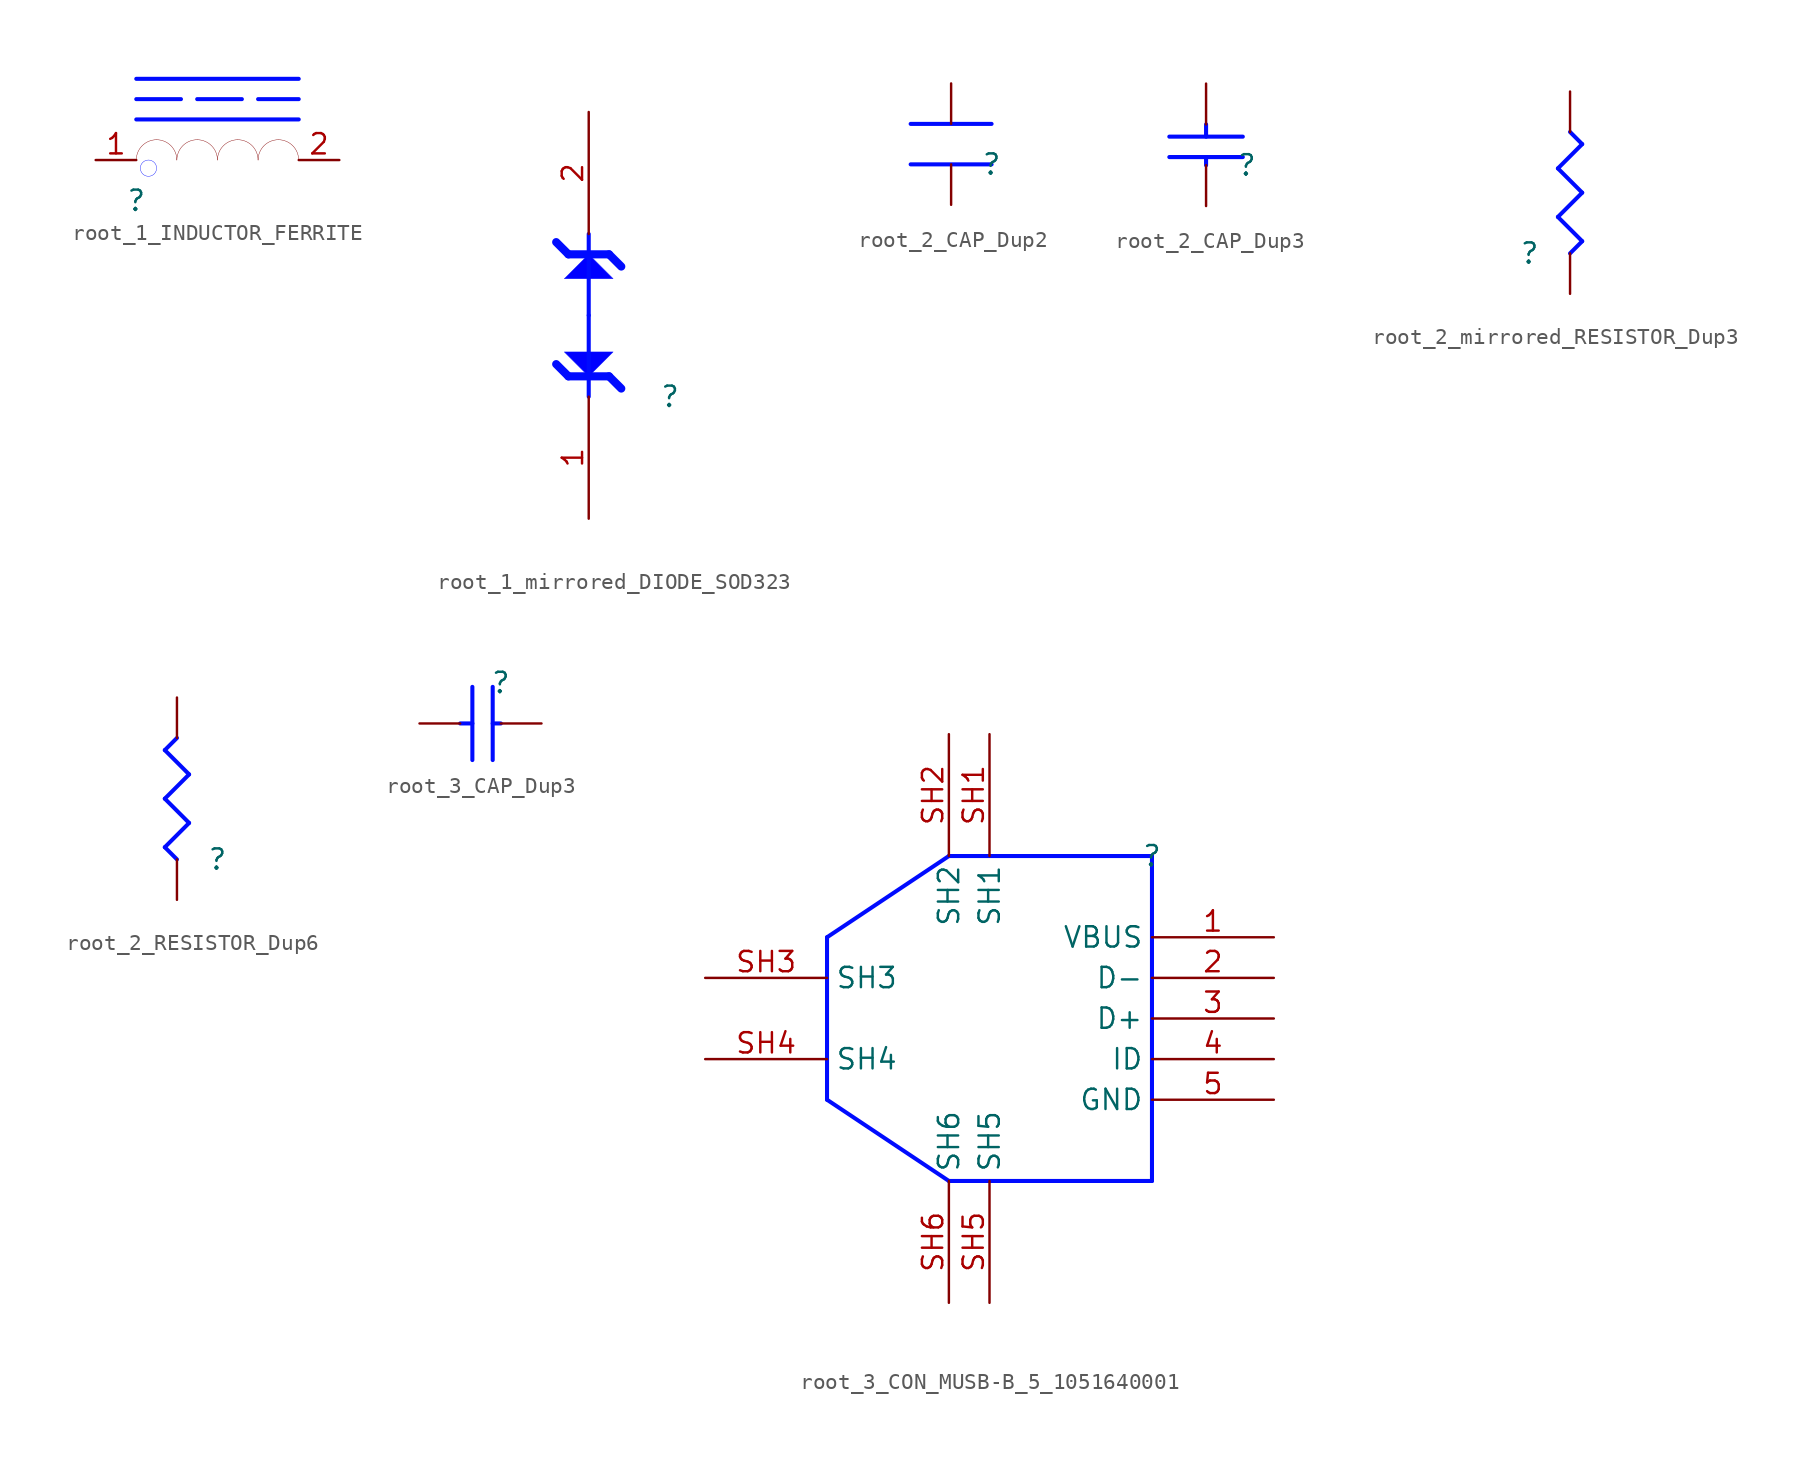
<source format=kicad_sym>
(kicad_symbol_lib
  (version 20231120)
  (generator "kicad_symbol_editor")
  (generator_version "8.0")
  (symbol "root_1_INDUCTOR_FERRITE"
    (property "Reference" ""
      (at 0 0 0)
      (effects (font (size 1.27 1.27))))
    (property "Value" ""
      (at 0 0 0)
      (effects (font (size 1.27 1.27))))
    (symbol "root_1_INDUCTOR_FERRITE_1_0"
      (polyline (pts (xy 0 5.08) (xy 10.16 5.08)) (stroke (width 0.254) (type solid) (color 0 11 255 1)) (fill (type none)))
      (polyline (pts (xy 0 6.35) (xy 10.16 6.35)) (stroke (width 0.254) (type dash) (color 0 11 255 1)) (fill (type none)))
      (polyline (pts (xy 0 7.62) (xy 10.16 7.62)) (stroke (width 0.254) (type solid) (color 0 11 255 1)) (fill (type none)))
      (circle (center 0.762 2.032) (radius 0.508) (stroke (width 0.025) (type solid) (color 0 11 255 1)) (fill (type none)))
      (arc (start 1.27 3.81) (mid 0.372 3.438) (end 0 2.54) (stroke (width 0.0254) (type solid)) (fill (type none)))
      (arc (start 2.54 2.54) (mid 2.168 3.438) (end 1.27 3.81) (stroke (width 0.0254) (type solid)) (fill (type none)))
      (arc (start 3.81 3.81) (mid 2.912 3.438) (end 2.54 2.54) (stroke (width 0.0254) (type solid)) (fill (type none)))
      (arc (start 5.08 2.54) (mid 4.708 3.438) (end 3.81 3.81) (stroke (width 0.0254) (type solid)) (fill (type none)))
      (arc (start 6.35 3.81) (mid 5.452 3.438) (end 5.08 2.54) (stroke (width 0.0254) (type solid)) (fill (type none)))
      (arc (start 7.62 2.54) (mid 7.248 3.438) (end 6.35 3.81) (stroke (width 0.0254) (type solid)) (fill (type none)))
      (arc (start 8.89 3.81) (mid 7.992 3.438) (end 7.62 2.54) (stroke (width 0.0254) (type solid)) (fill (type none)))
      (arc (start 10.16 2.54) (mid 9.788 3.438) (end 8.89 3.81) (stroke (width 0.0254) (type solid)) (fill (type none)))
      (pin passive line (at -2.54 2.54 0) (length 2.54) (name "1" (effects (font (size 0 0)))) (number "1" (effects (font (size 1.27 1.27)))))
      (pin passive line (at 12.7 2.54 180) (length 2.54) (name "2" (effects (font (size 0 0)))) (number "2" (effects (font (size 1.27 1.27)))))))
  (symbol "root_1_mirrored_DIODE_SOD323"
    (property "Reference" ""
      (at 0 0 0)
      (effects (font (size 1.27 1.27))))
    (property "Value" ""
      (at 0 0 0)
      (effects (font (size 1.27 1.27))))
    (symbol "root_1_mirrored_DIODE_SOD323_1_0"
      (polyline (pts (xy -5.08 2.54) (xy -5.08 0)) (stroke (width 0.254) (type solid) (color 0 11 255 1)) (fill (type none)))
      (polyline (pts (xy -5.08 5.08) (xy -5.08 2.54)) (stroke (width 0.254) (type solid) (color 0 11 255 1)) (fill (type none)))
      (polyline (pts (xy -5.08 5.08) (xy -5.08 7.62)) (stroke (width 0.254) (type solid) (color 0 11 255 1)) (fill (type none)))
      (polyline (pts (xy -5.08 7.62) (xy -5.08 10.16)) (stroke (width 0.254) (type solid) (color 0 11 255 1)) (fill (type none)))
      (polyline (pts (xy -7.112 2.032) (xy -7.112 2.032) (xy -6.35 1.27)) (stroke (width 0.508) (type solid) (color 0 11 255 1)) (fill (type none)))
      (polyline (pts (xy -6.35 1.27) (xy -6.35 1.27) (xy -3.81 1.27)) (stroke (width 0.508) (type solid) (color 0 11 255 1)) (fill (type none)))
      (polyline (pts (xy -6.35 8.89) (xy -6.35 8.89) (xy -7.112 9.652)) (stroke (width 0.508) (type solid) (color 0 11 255 1)) (fill (type none)))
      (polyline (pts (xy -3.81 1.27) (xy -3.81 1.27) (xy -3.048 0.508)) (stroke (width 0.508) (type solid) (color 0 11 255 1)) (fill (type none)))
      (polyline (pts (xy -3.81 8.89) (xy -3.81 8.89) (xy -6.35 8.89)) (stroke (width 0.508) (type solid) (color 0 11 255 1)) (fill (type none)))
      (polyline (pts (xy -3.048 8.128) (xy -3.048 8.128) (xy -3.81 8.89)) (stroke (width 0.508) (type solid) (color 0 11 255 1)) (fill (type none)))
      (polyline (pts (xy -5.08 1.27) (xy -5.08 1.27) (xy -6.604 2.794) (xy -3.81 2.794) (xy -3.556 2.794) (xy -5.08 1.27) (xy -5.08 1.27)) (stroke (width 0.025) (type solid) (color 0 11 255 1)) (fill (type color) (color 0 0 255 1)))
      (polyline (pts (xy -5.08 8.89) (xy -5.08 8.89) (xy -3.556 7.366) (xy -6.35 7.366) (xy -6.604 7.366) (xy -5.08 8.89) (xy -5.08 8.89)) (stroke (width 0.025) (type solid) (color 0 11 255 1)) (fill (type color) (color 0 0 255 1)))
      (pin passive line (at -5.08 -7.62 90) (length 7.62) (name "1" (effects (font (size 0 0)))) (number "1" (effects (font (size 1.27 1.27)))))
      (pin passive line (at -5.08 17.78 270) (length 7.62) (name "2" (effects (font (size 0 0)))) (number "2" (effects (font (size 1.27 1.27)))))))
  (symbol "root_2_CAP_Dup2"
    (property "Reference" ""
      (at 0 0 0)
      (effects (font (size 1.27 1.27))))
    (property "Value" ""
      (at 0 0 0)
      (effects (font (size 1.27 1.27))))
    (symbol "root_2_CAP_Dup2_1_0"
      (polyline (pts (xy 0 0) (xy -5.08 0)) (stroke (width 0.254) (type solid) (color 0 11 255 1)) (fill (type none)))
      (polyline (pts (xy 0 2.54) (xy -5.08 2.54)) (stroke (width 0.254) (type solid) (color 0 11 255 1)) (fill (type none)))
      (pin passive line (at -2.54 -2.54 90) (length 2.54) (name "1" (effects (font (size 0 0)))) (number "1" (effects (font (size 0 0)))))
      (pin passive line (at -2.54 5.08 270) (length 2.54) (name "2" (effects (font (size 0 0)))) (number "2" (effects (font (size 0 0)))))))
  (symbol "root_2_CAP_Dup3"
    (property "Reference" ""
      (at 0 0 0)
      (effects (font (size 1.27 1.27))))
    (property "Value" ""
      (at 0 0 0)
      (effects (font (size 1.27 1.27))))
    (symbol "root_2_CAP_Dup3_1_0"
      (polyline (pts (xy -2.54 0) (xy -2.54 0.508)) (stroke (width 0.254) (type solid) (color 0 11 255 1)) (fill (type none)))
      (polyline (pts (xy -2.54 2.54) (xy -2.54 1.778)) (stroke (width 0.254) (type solid) (color 0 11 255 1)) (fill (type none)))
      (polyline (pts (xy -0.254 0.508) (xy -4.826 0.508)) (stroke (width 0.254) (type solid) (color 0 11 255 1)) (fill (type none)))
      (polyline (pts (xy -0.254 1.778) (xy -4.826 1.778)) (stroke (width 0.254) (type solid) (color 0 11 255 1)) (fill (type none)))
      (pin passive line (at -2.54 -2.54 90) (length 2.54) (name "1" (effects (font (size 0 0)))) (number "1" (effects (font (size 0 0)))))
      (pin passive line (at -2.54 5.08 270) (length 2.54) (name "2" (effects (font (size 0 0)))) (number "2" (effects (font (size 0 0)))))))
  (symbol "root_2_mirrored_RESISTOR_Dup3"
    (property "Reference" ""
      (at 0 0 0)
      (effects (font (size 1.27 1.27))))
    (property "Value" ""
      (at 0 0 0)
      (effects (font (size 1.27 1.27))))
    (symbol "root_2_mirrored_RESISTOR_Dup3_1_0"
      (polyline (pts (xy 1.778 2.286) (xy 3.302 3.81)) (stroke (width 0.254) (type solid) (color 0 11 255 1)) (fill (type none)))
      (polyline (pts (xy 1.778 5.334) (xy 3.302 6.858)) (stroke (width 0.254) (type solid) (color 0 11 255 1)) (fill (type none)))
      (polyline (pts (xy 2.54 0) (xy 3.302 0.762)) (stroke (width 0.254) (type solid) (color 0 11 255 1)) (fill (type none)))
      (polyline (pts (xy 3.302 0.762) (xy 1.778 2.286)) (stroke (width 0.254) (type solid) (color 0 11 255 1)) (fill (type none)))
      (polyline (pts (xy 3.302 3.81) (xy 1.778 5.334)) (stroke (width 0.254) (type solid) (color 0 11 255 1)) (fill (type none)))
      (polyline (pts (xy 3.302 6.858) (xy 2.54 7.62)) (stroke (width 0.254) (type solid) (color 0 11 255 1)) (fill (type none)))
      (pin passive line (at 2.54 -2.54 90) (length 2.54) (name "1" (effects (font (size 0 0)))) (number "1" (effects (font (size 0 0)))))
      (pin passive line (at 2.54 10.16 270) (length 2.54) (name "2" (effects (font (size 0 0)))) (number "2" (effects (font (size 0 0)))))))
  (symbol "root_2_RESISTOR_Dup6"
    (property "Reference" ""
      (at 0 0 0)
      (effects (font (size 1.27 1.27))))
    (property "Value" ""
      (at 0 0 0)
      (effects (font (size 1.27 1.27))))
    (symbol "root_2_RESISTOR_Dup6_1_0"
      (polyline (pts (xy -3.302 0.762) (xy -1.778 2.286)) (stroke (width 0.254) (type solid) (color 0 11 255 1)) (fill (type none)))
      (polyline (pts (xy -3.302 3.81) (xy -1.778 5.334)) (stroke (width 0.254) (type solid) (color 0 11 255 1)) (fill (type none)))
      (polyline (pts (xy -3.302 6.858) (xy -2.54 7.62)) (stroke (width 0.254) (type solid) (color 0 11 255 1)) (fill (type none)))
      (polyline (pts (xy -2.54 0) (xy -3.302 0.762)) (stroke (width 0.254) (type solid) (color 0 11 255 1)) (fill (type none)))
      (polyline (pts (xy -1.778 2.286) (xy -3.302 3.81)) (stroke (width 0.254) (type solid) (color 0 11 255 1)) (fill (type none)))
      (polyline (pts (xy -1.778 5.334) (xy -3.302 6.858)) (stroke (width 0.254) (type solid) (color 0 11 255 1)) (fill (type none)))
      (pin passive line (at -2.54 -2.54 90) (length 2.54) (name "1" (effects (font (size 0 0)))) (number "1" (effects (font (size 0 0)))))
      (pin passive line (at -2.54 10.16 270) (length 2.54) (name "2" (effects (font (size 0 0)))) (number "2" (effects (font (size 0 0)))))))
  (symbol "root_3_CAP_Dup3"
    (property "Reference" ""
      (at 0 0 0)
      (effects (font (size 1.27 1.27))))
    (property "Value" ""
      (at 0 0 0)
      (effects (font (size 1.27 1.27))))
    (symbol "root_3_CAP_Dup3_1_0"
      (polyline (pts (xy -2.54 -2.54) (xy -1.778 -2.54)) (stroke (width 0.254) (type solid) (color 0 11 255 1)) (fill (type none)))
      (polyline (pts (xy -1.778 -0.254) (xy -1.778 -4.826)) (stroke (width 0.254) (type solid) (color 0 11 255 1)) (fill (type none)))
      (polyline (pts (xy -0.508 -0.254) (xy -0.508 -4.826)) (stroke (width 0.254) (type solid) (color 0 11 255 1)) (fill (type none)))
      (polyline (pts (xy 0 -2.54) (xy -0.508 -2.54)) (stroke (width 0.254) (type solid) (color 0 11 255 1)) (fill (type none)))
      (pin passive line (at 2.54 -2.54 180) (length 2.54) (name "1" (effects (font (size 0 0)))) (number "1" (effects (font (size 0 0)))))
      (pin passive line (at -5.08 -2.54 0) (length 2.54) (name "2" (effects (font (size 0 0)))) (number "2" (effects (font (size 0 0)))))))
  (symbol "root_3_CON_MUSB-B_5_1051640001"
    (property "Reference" ""
      (at 0 0 0)
      (effects (font (size 1.27 1.27))))
    (property "Value" ""
      (at 0 0 0)
      (effects (font (size 1.27 1.27))))
    (symbol "root_3_CON_MUSB-B_5_1051640001_1_0"
      (polyline (pts (xy -20.32 -5.08) (xy -20.32 -15.24)) (stroke (width 0.254) (type solid) (color 0 11 255 1)) (fill (type none)))
      (polyline (pts (xy -12.7 -20.32) (xy -20.32 -15.24)) (stroke (width 0.254) (type solid) (color 0 11 255 1)) (fill (type none)))
      (polyline (pts (xy -12.7 -20.32) (xy 0 -20.32)) (stroke (width 0.254) (type solid) (color 0 11 255 1)) (fill (type none)))
      (polyline (pts (xy -12.7 0) (xy -20.32 -5.08)) (stroke (width 0.254) (type solid) (color 0 11 255 1)) (fill (type none)))
      (polyline (pts (xy 0 0) (xy -12.7 0)) (stroke (width 0.254) (type solid) (color 0 11 255 1)) (fill (type none)))
      (polyline (pts (xy 0 0) (xy 0 -20.32)) (stroke (width 0.254) (type solid) (color 0 11 255 1)) (fill (type none)))
      (pin passive line (at 7.62 -5.08 180) (length 7.62) (name "VBUS" (effects (font (size 1.27 1.27)))) (number "1" (effects (font (size 1.27 1.27)))))
      (pin passive line (at 7.62 -7.62 180) (length 7.62) (name "D-" (effects (font (size 1.27 1.27)))) (number "2" (effects (font (size 1.27 1.27)))))
      (pin passive line (at 7.62 -10.16 180) (length 7.62) (name "D+" (effects (font (size 1.27 1.27)))) (number "3" (effects (font (size 1.27 1.27)))))
      (pin passive line (at 7.62 -12.7 180) (length 7.62) (name "ID" (effects (font (size 1.27 1.27)))) (number "4" (effects (font (size 1.27 1.27)))))
      (pin power_in line (at 7.62 -15.24 180) (length 7.62) (name "GND" (effects (font (size 1.27 1.27)))) (number "5" (effects (font (size 1.27 1.27)))))
      (pin passive line (at -10.16 7.62 270) (length 7.62) (name "SH1" (effects (font (size 1.27 1.27)))) (number "SH1" (effects (font (size 1.27 1.27)))))
      (pin passive line (at -12.7 7.62 270) (length 7.62) (name "SH2" (effects (font (size 1.27 1.27)))) (number "SH2" (effects (font (size 1.27 1.27)))))
      (pin passive line (at -27.94 -7.62 0) (length 7.62) (name "SH3" (effects (font (size 1.27 1.27)))) (number "SH3" (effects (font (size 1.27 1.27)))))
      (pin passive line (at -27.94 -12.7 0) (length 7.62) (name "SH4" (effects (font (size 1.27 1.27)))) (number "SH4" (effects (font (size 1.27 1.27)))))
      (pin passive line (at -10.16 -27.94 90) (length 7.62) (name "SH5" (effects (font (size 1.27 1.27)))) (number "SH5" (effects (font (size 1.27 1.27)))))
      (pin passive line (at -12.7 -27.94 90) (length 7.62) (name "SH6" (effects (font (size 1.27 1.27)))) (number "SH6" (effects (font (size 1.27 1.27))))))))
</source>
